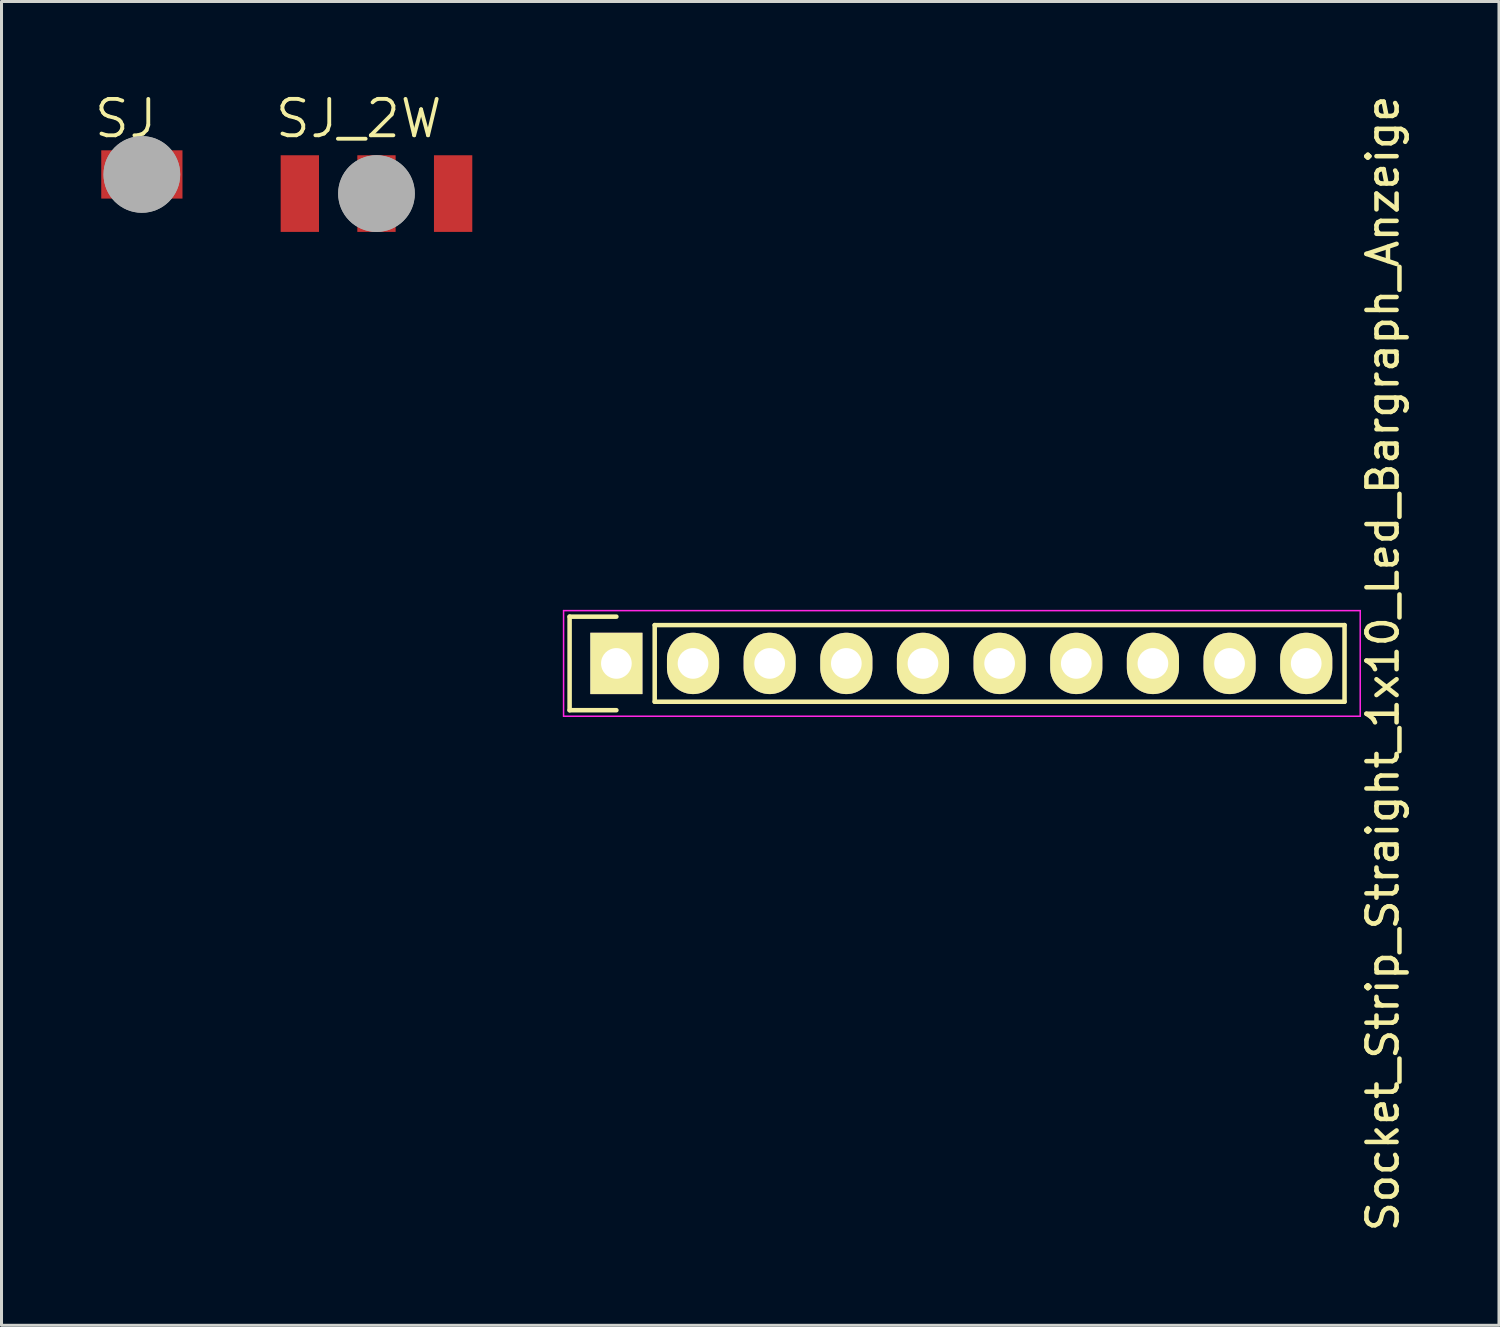
<source format=kicad_pcb>
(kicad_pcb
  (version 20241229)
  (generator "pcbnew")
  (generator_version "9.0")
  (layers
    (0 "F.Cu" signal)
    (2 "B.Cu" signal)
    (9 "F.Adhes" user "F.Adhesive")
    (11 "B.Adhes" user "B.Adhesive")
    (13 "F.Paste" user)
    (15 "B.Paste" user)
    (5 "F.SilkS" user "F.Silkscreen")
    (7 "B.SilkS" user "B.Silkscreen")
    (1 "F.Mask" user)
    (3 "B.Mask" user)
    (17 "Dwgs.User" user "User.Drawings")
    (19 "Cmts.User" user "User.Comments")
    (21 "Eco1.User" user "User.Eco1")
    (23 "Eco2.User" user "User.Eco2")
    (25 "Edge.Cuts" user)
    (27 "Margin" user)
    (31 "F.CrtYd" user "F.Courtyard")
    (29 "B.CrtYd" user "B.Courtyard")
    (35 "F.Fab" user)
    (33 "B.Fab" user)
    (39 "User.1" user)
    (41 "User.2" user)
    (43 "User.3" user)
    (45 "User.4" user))
  (footprint "SJ"
    (layer "F.Cu")
    (at 1.651 2.731)
    (property "Reference" "SJ" (at -1.651 -1.143 0) (layer "F.SilkS") (effects (font (size 1.206 1.206) (thickness 0.127)) (justify left bottom)))
    (attr through_hole)
    (fp_poly (pts (xy -0.076 0.914) (xy 0.076 0.914) (xy 0.076 -0.914) (xy -0.076 -0.914)) (stroke (width 0) (type solid)) (fill yes) (layer "F.Mask"))
    (fp_line (start 0 0) (end 0 0) (stroke (width 0.152) (type solid)) (layer "F.SilkS"))
    (fp_line (start 0 0) (end 0 0) (stroke (width 0.152) (type solid)) (layer "F.SilkS"))
    (fp_line (start 0 0) (end 0 0) (stroke (width 0.152) (type solid)) (layer "F.SilkS"))
    (fp_line (start 0 0) (end 0 0) (stroke (width 0.152) (type solid)) (layer "F.SilkS"))
    (fp_arc (start 0 0) (mid 0 0) (end 0 0) (stroke (width 0.1524) (type solid)) (layer "F.SilkS"))
    (fp_arc (start 0 0) (mid 0 0) (end 0 0) (stroke (width 0.1524) (type solid)) (layer "F.SilkS"))
    (fp_arc (start 0 0) (mid 0 0) (end 0 0) (stroke (width 0.1524) (type solid)) (layer "F.SilkS"))
    (fp_arc (start 0 0) (mid 0 0) (end 0 0) (stroke (width 0.1524) (type solid)) (layer "F.SilkS"))
    (fp_line (start 0 0) (end 0 0) (stroke (width 0.152) (type solid)) (layer "F.Fab"))
    (fp_line (start 0 0) (end 0 0) (stroke (width 0.152) (type solid)) (layer "F.Fab"))
    (fp_arc (start 0 0) (mid 0 0) (end 0 0) (stroke (width 1.27) (type solid)) (layer "F.Fab"))
    (fp_arc (start 0 0) (mid 0 0) (end 0 0) (stroke (width 1.27) (type solid)) (layer "F.Fab"))
    (pad "1" smd rect (at -0.762 0) (size 1.168 1.6) (layers "F.Cu" "F.Mask" "F.Paste"))
    (pad "2" smd rect (at 0.762 0) (size 1.168 1.6) (layers "F.Cu" "F.Mask" "F.Paste")))
  (footprint "SJ_2W"
    (layer "F.Cu")
    (at 9.426 3.365)
    (property "Reference" "SJ_2W" (at -3.429 -1.778 0) (layer "F.SilkS") (effects (font (size 1.206 1.206) (thickness 0.127)) (justify left bottom)))
    (attr through_hole)
    (fp_line (start 0 0) (end 0 0) (stroke (width 0.152) (type solid)) (layer "F.SilkS"))
    (fp_line (start 0 0) (end 0 0) (stroke (width 0.152) (type solid)) (layer "F.SilkS"))
    (fp_line (start 0 0) (end 0 0) (stroke (width 0.152) (type solid)) (layer "F.SilkS"))
    (fp_line (start 0 0) (end 0 0) (stroke (width 0.152) (type solid)) (layer "F.SilkS"))
    (fp_arc (start 0 0) (mid 0 0) (end 0 0) (stroke (width 0.1524) (type solid)) (layer "F.SilkS"))
    (fp_arc (start 0 0) (mid 0 0) (end 0 0) (stroke (width 0.1524) (type solid)) (layer "F.SilkS"))
    (fp_arc (start 0 0) (mid 0 0) (end 0 0) (stroke (width 0.1524) (type solid)) (layer "F.SilkS"))
    (fp_arc (start 0 0) (mid 0 0) (end 0 0) (stroke (width 0.1524) (type solid)) (layer "F.SilkS"))
    (fp_line (start 0 0) (end 0 0) (stroke (width 0.152) (type solid)) (layer "F.Fab"))
    (fp_line (start 0 0) (end 0 0) (stroke (width 0.152) (type solid)) (layer "F.Fab"))
    (fp_line (start 0 0) (end 0 0) (stroke (width 0.152) (type solid)) (layer "F.Fab"))
    (fp_line (start 0 0) (end 0 0) (stroke (width 0.152) (type solid)) (layer "F.Fab"))
    (fp_arc (start 0 0) (mid 0 0) (end 0 0) (stroke (width 1.27) (type solid)) (layer "F.Fab"))
    (fp_arc (start 0 0) (mid 0 0) (end 0 0) (stroke (width 1.27) (type solid)) (layer "F.Fab"))
    (fp_poly (pts (xy -0.508 0.762) (xy 0.508 0.762) (xy 0.508 -0.762) (xy -0.508 -0.762)) (stroke (width 0.1) (type solid)) (fill no) (layer "F.Fab"))
    (pad "1" smd rect (at -2.54 0) (size 1.27 2.54) (layers "F.Cu" "F.Mask" "F.Paste"))
    (pad "2" smd rect (at 0 0) (size 1.27 2.54) (layers "F.Cu" "F.Mask" "F.Paste"))
    (pad "3" smd rect (at 2.54 0) (size 1.27 2.54) (layers "F.Cu" "F.Mask" "F.Paste")))
  (footprint "Socket_Strip_Straight_1x10_Led_Bargraph_Anzeige"
    (layer "F.Cu")
    (at 17.376 18.935)
    (property "Reference" "Socket_Strip_Straight_1x10_Led_Bargraph_Anzeige" (at 25.4 0 90) (layer "F.SilkS") (effects (font (size 1 1) (thickness 0.15))))
    (attr through_hole)
    (fp_line (start -1.55 -1.55) (end -1.55 1.55) (stroke (width 0.15) (type solid)) (layer "F.SilkS"))
    (fp_line (start -1.55 1.55) (end 0 1.55) (stroke (width 0.15) (type solid)) (layer "F.SilkS"))
    (fp_line (start 0 -1.55) (end -1.55 -1.55) (stroke (width 0.15) (type solid)) (layer "F.SilkS"))
    (fp_line (start 1.27 1.27) (end 1.27 -1.27) (stroke (width 0.15) (type solid)) (layer "F.SilkS"))
    (fp_line (start 1.27 1.27) (end 24.13 1.27) (stroke (width 0.15) (type solid)) (layer "F.SilkS"))
    (fp_line (start 24.13 -1.27) (end 1.27 -1.27) (stroke (width 0.15) (type solid)) (layer "F.SilkS"))
    (fp_line (start 24.13 1.27) (end 24.13 -1.27) (stroke (width 0.15) (type solid)) (layer "F.SilkS"))
    (fp_line (start -1.75 -1.75) (end -1.75 1.75) (stroke (width 0.05) (type solid)) (layer "F.CrtYd"))
    (fp_line (start -1.75 -1.75) (end 24.65 -1.75) (stroke (width 0.05) (type solid)) (layer "F.CrtYd"))
    (fp_line (start -1.75 1.75) (end 24.65 1.75) (stroke (width 0.05) (type solid)) (layer "F.CrtYd"))
    (fp_line (start 24.65 -1.75) (end 24.65 1.75) (stroke (width 0.05) (type solid)) (layer "F.CrtYd"))
    (pad "1" thru_hole rect (at 0 0) (size 1.727 2.032) (drill 1.016) (layers "*.Cu" "*.Mask" "F.SilkS"))
    (pad "2" thru_hole oval (at 2.54 0) (size 1.727 2.032) (drill 1.016) (layers "*.Cu" "*.Mask" "F.SilkS"))
    (pad "3" thru_hole oval (at 5.08 0) (size 1.727 2.032) (drill 1.016) (layers "*.Cu" "*.Mask" "F.SilkS"))
    (pad "4" thru_hole oval (at 7.62 0) (size 1.727 2.032) (drill 1.016) (layers "*.Cu" "*.Mask" "F.SilkS"))
    (pad "5" thru_hole oval (at 10.16 0) (size 1.727 2.032) (drill 1.016) (layers "*.Cu" "*.Mask" "F.SilkS"))
    (pad "6" thru_hole oval (at 12.7 0) (size 1.727 2.032) (drill 1.016) (layers "*.Cu" "*.Mask" "F.SilkS"))
    (pad "7" thru_hole oval (at 15.24 0) (size 1.727 2.032) (drill 1.016) (layers "*.Cu" "*.Mask" "F.SilkS"))
    (pad "8" thru_hole oval (at 17.78 0) (size 1.727 2.032) (drill 1.016) (layers "*.Cu" "*.Mask" "F.SilkS"))
    (pad "9" thru_hole oval (at 20.32 0) (size 1.727 2.032) (drill 1.016) (layers "*.Cu" "*.Mask" "F.SilkS"))
    (pad "10" thru_hole oval (at 22.86 0) (size 1.727 2.032) (drill 1.016) (layers "*.Cu" "*.Mask" "F.SilkS")))
  (gr_rect
    (start -3 -3)
    (end 46.624 40.869)
    (stroke (width 0.1) (type default))
    (fill no)
    (layer "Edge.Cuts")))
</source>
